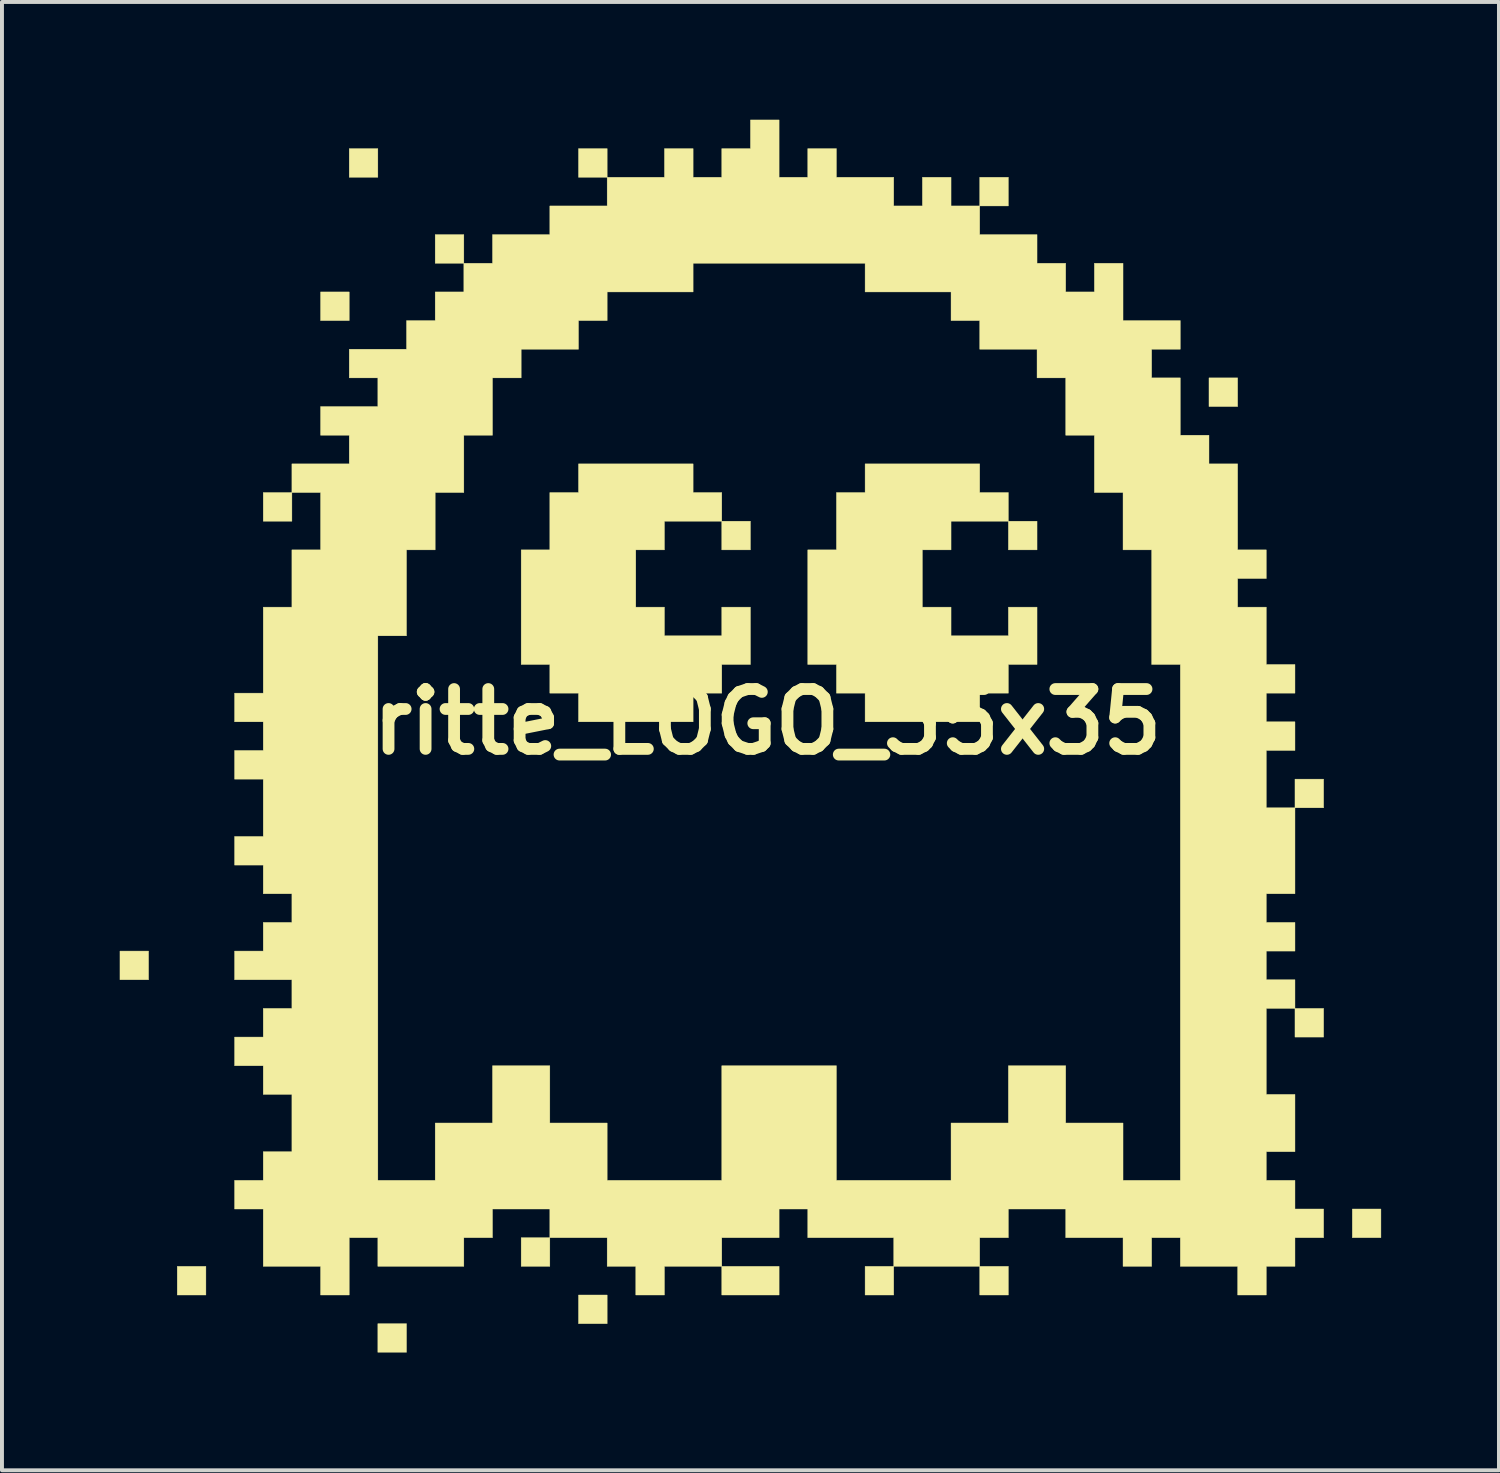
<source format=kicad_pcb>
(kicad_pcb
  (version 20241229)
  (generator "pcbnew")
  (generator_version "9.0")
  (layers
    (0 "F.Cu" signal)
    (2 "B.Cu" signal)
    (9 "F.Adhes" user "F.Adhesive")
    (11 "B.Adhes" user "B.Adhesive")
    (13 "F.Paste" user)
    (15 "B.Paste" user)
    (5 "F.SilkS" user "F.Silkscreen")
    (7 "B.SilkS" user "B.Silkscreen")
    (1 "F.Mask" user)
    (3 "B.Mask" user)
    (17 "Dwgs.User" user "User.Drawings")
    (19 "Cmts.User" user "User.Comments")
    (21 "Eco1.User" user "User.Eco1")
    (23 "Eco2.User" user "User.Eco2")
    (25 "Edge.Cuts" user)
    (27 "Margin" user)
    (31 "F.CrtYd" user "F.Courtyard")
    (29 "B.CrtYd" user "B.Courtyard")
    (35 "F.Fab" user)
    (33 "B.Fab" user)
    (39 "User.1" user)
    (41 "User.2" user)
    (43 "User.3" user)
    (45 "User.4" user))
  (footprint "fritte_LOGO_35x35"
    (layer "F.Cu")
    (at 16.062 15.333)
    (property "Reference" "fritte_LOGO_35x35" (at 0 0 0) (layer "F.SilkS") (effects (font (size 1.524 1.524) (thickness 0.3))))
    (attr through_hole)
    (fp_poly (pts (xy -15.328 6.569) (xy -16.057 6.569) (xy -16.057 5.839) (xy -15.328 5.839) (xy -15.328 6.569)) (stroke (width 0.01) (type solid)) (fill yes) (layer "F.SilkS"))
    (fp_poly (pts (xy -13.868 14.598) (xy -14.598 14.598) (xy -14.598 13.868) (xy -13.868 13.868) (xy -13.868 14.598)) (stroke (width 0.01) (type solid)) (fill yes) (layer "F.SilkS"))
    (fp_poly (pts (xy -11.678 -5.109) (xy -12.408 -5.109) (xy -12.408 -5.839) (xy -11.678 -5.839) (xy -11.678 -5.109)) (stroke (width 0.01) (type solid)) (fill yes) (layer "F.SilkS"))
    (fp_poly (pts (xy -10.218 -10.218) (xy -10.948 -10.218) (xy -10.948 -10.948) (xy -10.218 -10.948) (xy -10.218 -10.218)) (stroke (width 0.01) (type solid)) (fill yes) (layer "F.SilkS"))
    (fp_poly (pts (xy -9.489 -13.868) (xy -10.218 -13.868) (xy -10.218 -14.598) (xy -9.489 -14.598) (xy -9.489 -13.868)) (stroke (width 0.01) (type solid)) (fill yes) (layer "F.SilkS"))
    (fp_poly (pts (xy -8.759 16.057) (xy -9.489 16.057) (xy -9.489 15.328) (xy -8.759 15.328) (xy -8.759 16.057)) (stroke (width 0.01) (type solid)) (fill yes) (layer "F.SilkS"))
    (fp_poly (pts (xy -7.299 -11.678) (xy -8.029 -11.678) (xy -8.029 -12.408) (xy -7.299 -12.408) (xy -7.299 -11.678)) (stroke (width 0.01) (type solid)) (fill yes) (layer "F.SilkS"))
    (fp_poly (pts (xy -5.109 13.868) (xy -5.839 13.868) (xy -5.839 13.138) (xy -5.109 13.138) (xy -5.109 13.868)) (stroke (width 0.01) (type solid)) (fill yes) (layer "F.SilkS"))
    (fp_poly (pts (xy -3.649 -13.868) (xy -4.379 -13.868) (xy -4.379 -14.598) (xy -3.649 -14.598) (xy -3.649 -13.868)) (stroke (width 0.01) (type solid)) (fill yes) (layer "F.SilkS"))
    (fp_poly (pts (xy -3.649 15.328) (xy -4.379 15.328) (xy -4.379 14.598) (xy -3.649 14.598) (xy -3.649 15.328)) (stroke (width 0.01) (type solid)) (fill yes) (layer "F.SilkS"))
    (fp_poly (pts (xy 0 -4.379) (xy -0.73 -4.379) (xy -0.73 -5.109) (xy 0 -5.109) (xy 0 -4.379)) (stroke (width 0.01) (type solid)) (fill yes) (layer "F.SilkS"))
    (fp_poly (pts (xy 0.73 14.598) (xy -0.73 14.598) (xy -0.73 13.868) (xy 0.73 13.868) (xy 0.73 14.598)) (stroke (width 0.01) (type solid)) (fill yes) (layer "F.SilkS"))
    (fp_poly (pts (xy 3.649 14.598) (xy 2.92 14.598) (xy 2.92 13.868) (xy 3.649 13.868) (xy 3.649 14.598)) (stroke (width 0.01) (type solid)) (fill yes) (layer "F.SilkS"))
    (fp_poly (pts (xy 6.569 -13.138) (xy 5.839 -13.138) (xy 5.839 -13.868) (xy 6.569 -13.868) (xy 6.569 -13.138)) (stroke (width 0.01) (type solid)) (fill yes) (layer "F.SilkS"))
    (fp_poly (pts (xy 6.569 14.598) (xy 5.839 14.598) (xy 5.839 13.868) (xy 6.569 13.868) (xy 6.569 14.598)) (stroke (width 0.01) (type solid)) (fill yes) (layer "F.SilkS"))
    (fp_poly (pts (xy 7.299 -4.379) (xy 6.569 -4.379) (xy 6.569 -5.109) (xy 7.299 -5.109) (xy 7.299 -4.379)) (stroke (width 0.01) (type solid)) (fill yes) (layer "F.SilkS"))
    (fp_poly (pts (xy 12.408 -8.029) (xy 11.678 -8.029) (xy 11.678 -8.759) (xy 12.408 -8.759) (xy 12.408 -8.029)) (stroke (width 0.01) (type solid)) (fill yes) (layer "F.SilkS"))
    (fp_poly (pts (xy 14.598 2.19) (xy 13.868 2.19) (xy 13.868 1.46) (xy 14.598 1.46) (xy 14.598 2.19)) (stroke (width 0.01) (type solid)) (fill yes) (layer "F.SilkS"))
    (fp_poly (pts (xy 14.598 8.029) (xy 13.868 8.029) (xy 13.868 7.299) (xy 14.598 7.299) (xy 14.598 8.029)) (stroke (width 0.01) (type solid)) (fill yes) (layer "F.SilkS"))
    (fp_poly (pts (xy 16.057 13.138) (xy 15.328 13.138) (xy 15.328 12.408) (xy 16.057 12.408) (xy 16.057 13.138)) (stroke (width 0.01) (type solid)) (fill yes) (layer "F.SilkS"))
    (fp_poly (pts (xy -1.46 -5.839) (xy -0.73 -5.839) (xy -0.73 -5.109) (xy -2.19 -5.109) (xy -2.19 -4.379) (xy -2.92 -4.379) (xy -2.92 -2.92) (xy -2.19 -2.92) (xy -2.19 -2.19) (xy -0.73 -2.19) (xy -0.73 -2.92) (xy 0 -2.92) (xy 0 -1.46) (xy -0.73 -1.46) (xy -0.73 -0.73) (xy -1.46 -0.73) (xy -1.46 0) (xy -4.379 0) (xy -4.379 -0.73) (xy -5.109 -0.73) (xy -5.109 -1.46) (xy -5.839 -1.46) (xy -5.839 -4.379) (xy -5.109 -4.379) (xy -5.109 -5.839) (xy -4.379 -5.839) (xy -4.379 -6.569) (xy -1.46 -6.569) (xy -1.46 -5.839)) (stroke (width 0.01) (type solid)) (fill yes) (layer "F.SilkS"))
    (fp_poly (pts (xy 5.839 -5.839) (xy 6.569 -5.839) (xy 6.569 -5.109) (xy 5.109 -5.109) (xy 5.109 -4.379) (xy 4.379 -4.379) (xy 4.379 -2.92) (xy 5.109 -2.92) (xy 5.109 -2.19) (xy 6.569 -2.19) (xy 6.569 -2.92) (xy 7.299 -2.92) (xy 7.299 -1.46) (xy 6.569 -1.46) (xy 6.569 -0.73) (xy 5.839 -0.73) (xy 5.839 0) (xy 2.92 0) (xy 2.92 -0.73) (xy 2.19 -0.73) (xy 2.19 -1.46) (xy 1.46 -1.46) (xy 1.46 -4.379) (xy 2.19 -4.379) (xy 2.19 -5.839) (xy 2.92 -5.839) (xy 2.92 -6.569) (xy 5.839 -6.569) (xy 5.839 -5.839)) (stroke (width 0.01) (type solid)) (fill yes) (layer "F.SilkS"))
    (fp_poly (pts (xy -11.678 -6.569) (xy -10.218 -6.569) (xy -10.218 -7.299) (xy -10.948 -7.299) (xy -10.948 -8.029) (xy -9.489 -8.029) (xy -9.489 -8.759) (xy -10.218 -8.759) (xy -10.218 -9.489) (xy -8.759 -9.489) (xy -8.759 -10.218) (xy -8.029 -10.218) (xy -8.029 -10.948) (xy -7.299 -10.948) (xy -7.299 -11.678) (xy -6.569 -11.678) (xy -6.569 -12.408) (xy -5.109 -12.408) (xy -5.109 -13.138) (xy -3.649 -13.138) (xy -3.649 -13.868) (xy -2.19 -13.868) (xy -2.19 -14.598) (xy -1.46 -14.598) (xy -1.46 -13.868) (xy -0.73 -13.868) (xy -0.73 -14.598) (xy 0 -14.598) (xy 0 -15.328) (xy 0.73 -15.328) (xy 0.73 -13.868) (xy 1.46 -13.868) (xy 1.46 -14.598) (xy 2.19 -14.598) (xy 2.19 -13.868) (xy 3.649 -13.868) (xy 3.649 -13.138) (xy 4.379 -13.138) (xy 4.379 -13.868) (xy 5.109 -13.868) (xy 5.109 -13.138) (xy 5.839 -13.138) (xy 5.839 -12.408) (xy 7.299 -12.408) (xy 7.299 -11.678) (xy 8.029 -11.678) (xy 8.029 -10.948) (xy 8.759 -10.948) (xy 8.759 -11.678) (xy 9.489 -11.678) (xy 9.489 -10.218) (xy 10.948 -10.218) (xy 10.948 -9.489) (xy 10.218 -9.489) (xy 10.218 -8.759) (xy 10.948 -8.759) (xy 10.948 -7.299) (xy 11.678 -7.299) (xy 11.678 -6.569) (xy 12.408 -6.569) (xy 12.408 -4.379) (xy 13.138 -4.379) (xy 13.138 -3.649) (xy 12.408 -3.649) (xy 12.408 -2.92) (xy 13.138 -2.92) (xy 13.138 -1.46) (xy 13.868 -1.46) (xy 13.868 -0.73) (xy 13.138 -0.73) (xy 13.138 0) (xy 13.868 0) (xy 13.868 0.73) (xy 13.138 0.73) (xy 13.138 2.19) (xy 13.868 2.19) (xy 13.868 4.379) (xy 13.138 4.379) (xy 13.138 5.109) (xy 13.868 5.109) (xy 13.868 5.839) (xy 13.138 5.839) (xy 13.138 6.569) (xy 13.868 6.569) (xy 13.868 7.299) (xy 13.138 7.299) (xy 13.138 9.489) (xy 13.868 9.489) (xy 13.868 10.948) (xy 13.138 10.948) (xy 13.138 11.678) (xy 13.868 11.678) (xy 13.868 12.408) (xy 14.598 12.408) (xy 14.598 13.138) (xy 13.868 13.138) (xy 13.868 13.868) (xy 13.138 13.868) (xy 13.138 14.598) (xy 12.408 14.598) (xy 12.408 13.868) (xy 10.948 13.868) (xy 10.948 13.138) (xy 10.218 13.138) (xy 10.218 13.868) (xy 9.489 13.868) (xy 9.489 13.138) (xy 8.029 13.138) (xy 8.029 12.408) (xy 6.569 12.408) (xy 6.569 13.138) (xy 5.839 13.138) (xy 5.839 13.868) (xy 3.649 13.868) (xy 3.649 13.138) (xy 1.46 13.138) (xy 1.46 12.408) (xy 0.73 12.408) (xy 0.73 13.138) (xy -0.73 13.138) (xy -0.73 13.868) (xy -2.19 13.868) (xy -2.19 14.598) (xy -2.92 14.598) (xy -2.92 13.868) (xy -3.649 13.868) (xy -3.649 13.138) (xy -5.109 13.138) (xy -5.109 12.408) (xy -6.569 12.408) (xy -6.569 13.138) (xy -7.299 13.138) (xy -7.299 13.868) (xy -9.489 13.868) (xy -9.489 13.138) (xy -10.218 13.138) (xy -10.218 14.598) (xy -10.948 14.598) (xy -10.948 13.868) (xy -12.408 13.868) (xy -12.408 12.408) (xy -13.138 12.408) (xy -13.138 11.678) (xy -12.408 11.678) (xy -12.408 10.948) (xy -11.678 10.948) (xy -11.678 9.489) (xy -12.408 9.489) (xy -12.408 8.759) (xy -13.138 8.759) (xy -13.138 8.029) (xy -12.408 8.029) (xy -12.408 7.299) (xy -11.678 7.299) (xy -11.678 6.569) (xy -13.138 6.569) (xy -13.138 5.839) (xy -12.408 5.839) (xy -12.408 5.109) (xy -11.678 5.109) (xy -11.678 4.379) (xy -12.408 4.379) (xy -12.408 3.649) (xy -13.138 3.649) (xy -13.138 2.92) (xy -12.408 2.92) (xy -12.408 1.46) (xy -13.138 1.46) (xy -13.138 0.73) (xy -12.408 0.73) (xy -12.408 0) (xy -13.138 0) (xy -13.138 -0.73) (xy -12.408 -0.73) (xy -12.408 -2.19) (xy -9.489 -2.19) (xy -9.489 11.678) (xy -8.029 11.678) (xy -8.029 10.218) (xy -6.569 10.218) (xy -6.569 8.759) (xy -5.109 8.759) (xy -5.109 10.218) (xy -3.649 10.218) (xy -3.649 11.678) (xy -0.73 11.678) (xy -0.73 8.759) (xy 2.19 8.759) (xy 2.19 11.678) (xy 5.109 11.678) (xy 5.109 10.218) (xy 6.569 10.218) (xy 6.569 8.759) (xy 8.029 8.759) (xy 8.029 10.218) (xy 9.489 10.218) (xy 9.489 11.678) (xy 10.948 11.678) (xy 10.948 -1.46) (xy 10.218 -1.46) (xy 10.218 -4.379) (xy 9.489 -4.379) (xy 9.489 -5.839) (xy 8.759 -5.839) (xy 8.759 -7.299) (xy 8.029 -7.299) (xy 8.029 -8.759) (xy 7.299 -8.759) (xy 7.299 -9.489) (xy 5.839 -9.489) (xy 5.839 -10.218) (xy 5.109 -10.218) (xy 5.109 -10.948) (xy 2.92 -10.948) (xy 2.92 -11.678) (xy -1.46 -11.678) (xy -1.46 -10.948) (xy -3.649 -10.948) (xy -3.649 -10.218) (xy -4.379 -10.218) (xy -4.379 -9.489) (xy -5.839 -9.489) (xy -5.839 -8.759) (xy -6.569 -8.759) (xy -6.569 -7.299) (xy -7.299 -7.299) (xy -7.299 -5.839) (xy -8.029 -5.839) (xy -8.029 -4.379) (xy -8.759 -4.379) (xy -8.759 -2.19) (xy -9.489 -2.19) (xy -12.408 -2.19) (xy -12.408 -2.92) (xy -11.678 -2.92) (xy -11.678 -4.379) (xy -10.948 -4.379) (xy -10.948 -5.839) (xy -11.678 -5.839) (xy -11.678 -6.569)) (stroke (width 0.01) (type solid)) (fill yes) (layer "F.SilkS")))
  (gr_rect
    (start -3 -3)
    (end 35.125 34.395)
    (stroke (width 0.1) (type default))
    (fill no)
    (layer "Edge.Cuts")))
</source>
